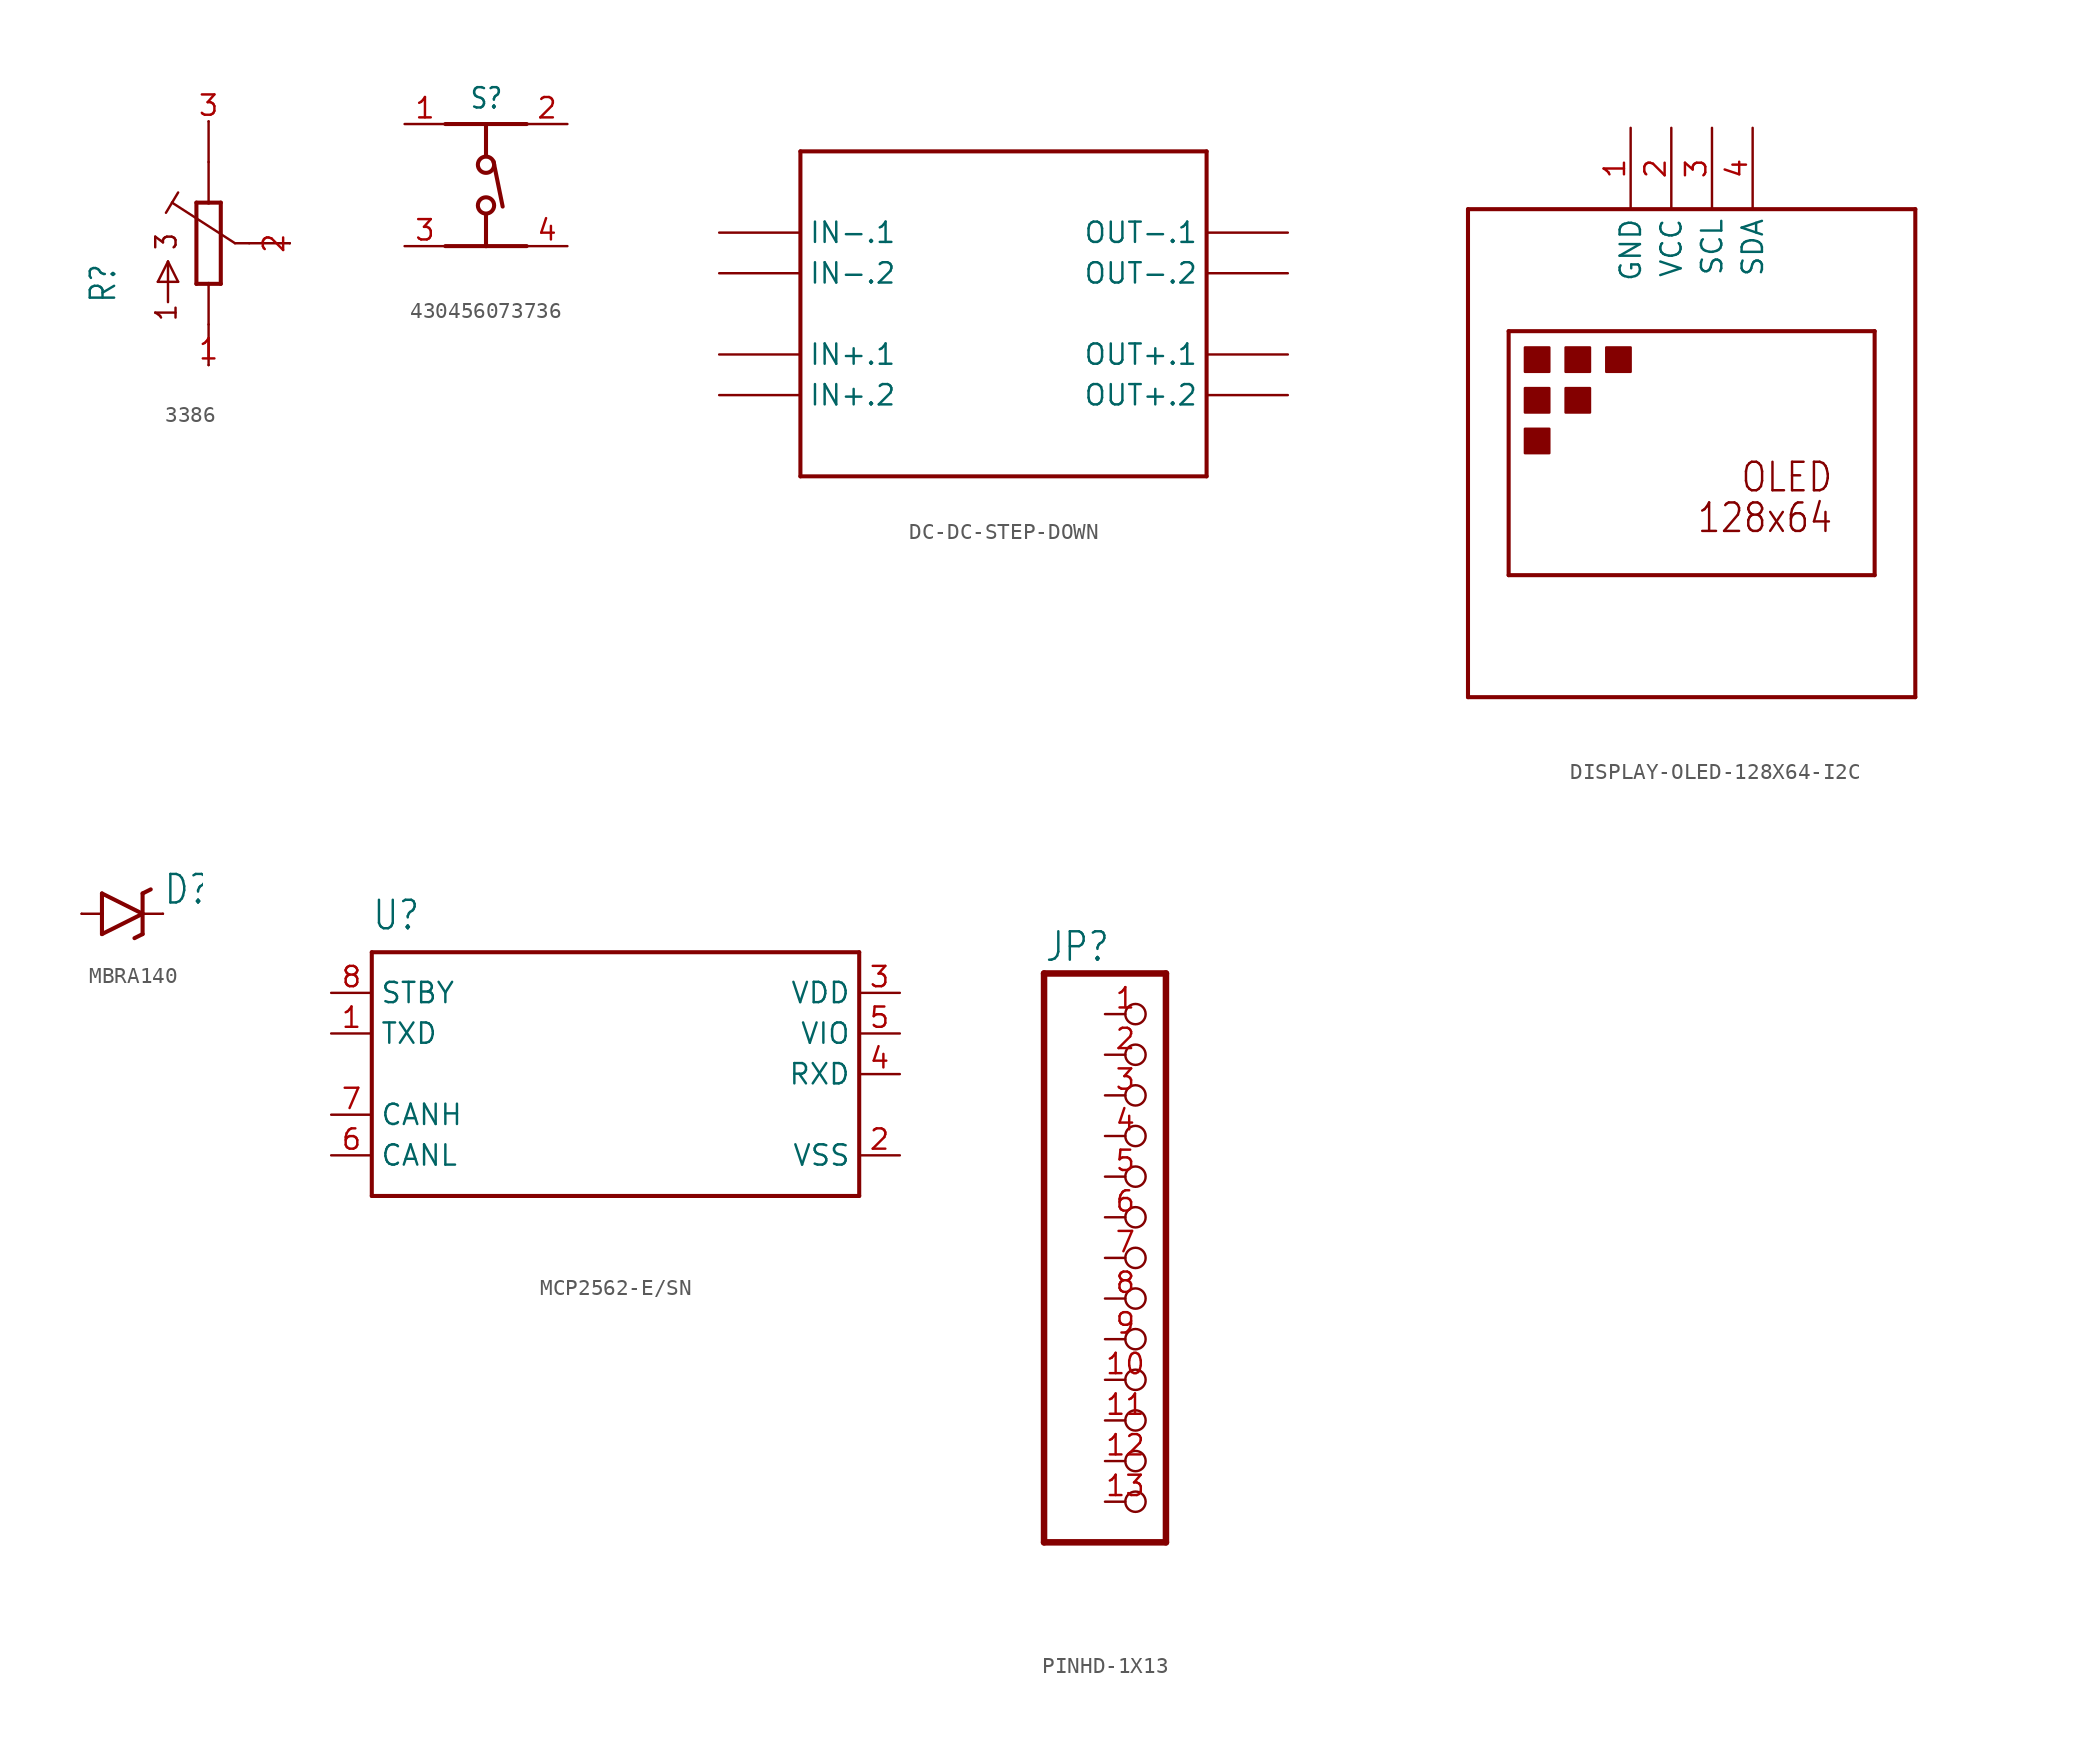
<source format=kicad_sym>
(kicad_symbol_lib
  (version 20231120)
  (generator "kicad_symbol_editor")
  (generator_version "8.0")
  (symbol "3386"
    (property "Reference" "R"
      (at -5.715 -3.81 90)
      (effects (font (size 1.524 1.295)) (justify left bottom)))
    (property "Value" ""
      (at -3.81 -3.81 90)
      (effects (font (size 1.524 1.295)) (justify left bottom)))
    (property "ki_locked" ""
      (at 0 0 0)
      (effects (font (size 1.27 1.27))))
    (symbol "3386_1_0"
      (polyline (pts (xy -3.175 -2.413) (xy -1.905 -2.413)) (stroke (width 0.152) (type solid)) (fill (type none)))
      (polyline (pts (xy -2.667 1.905) (xy -2.286 2.54)) (stroke (width 0.152) (type solid)) (fill (type none)))
      (polyline (pts (xy -2.54 -3.683) (xy -2.54 -1.143)) (stroke (width 0.152) (type solid)) (fill (type none)))
      (polyline (pts (xy -2.54 -1.143) (xy -3.175 -2.413)) (stroke (width 0.152) (type solid)) (fill (type none)))
      (polyline (pts (xy -2.286 2.54) (xy -1.905 3.175)) (stroke (width 0.152) (type solid)) (fill (type none)))
      (polyline (pts (xy -1.905 -2.413) (xy -2.54 -1.143)) (stroke (width 0.152) (type solid)) (fill (type none)))
      (polyline (pts (xy -0.762 -2.54) (xy 0 -2.54)) (stroke (width 0.254) (type solid)) (fill (type none)))
      (polyline (pts (xy -0.762 2.54) (xy -0.762 -2.54)) (stroke (width 0.254) (type solid)) (fill (type none)))
      (polyline (pts (xy 0 -2.54) (xy 0 -7.62)) (stroke (width 0.152) (type solid)) (fill (type none)))
      (polyline (pts (xy 0 -2.54) (xy 0.762 -2.54)) (stroke (width 0.254) (type solid)) (fill (type none)))
      (polyline (pts (xy 0 2.54) (xy -0.762 2.54)) (stroke (width 0.254) (type solid)) (fill (type none)))
      (polyline (pts (xy 0 7.62) (xy 0 2.54)) (stroke (width 0.152) (type solid)) (fill (type none)))
      (polyline (pts (xy 0.762 -2.54) (xy 0.762 2.54)) (stroke (width 0.254) (type solid)) (fill (type none)))
      (polyline (pts (xy 0.762 2.54) (xy 0 2.54)) (stroke (width 0.254) (type solid)) (fill (type none)))
      (polyline (pts (xy 1.651 0) (xy -2.286 2.54)) (stroke (width 0.152) (type solid)) (fill (type none)))
      (polyline (pts (xy 1.651 0) (xy 5.08 0)) (stroke (width 0.152) (type solid)) (fill (type none)))
      (text "1" (at -1.905 -4.953 900) (effects (font (size 1.27 1.079)) (justify left bottom)))
      (text "3" (at -1.905 -0.508 900) (effects (font (size 1.27 1.079)) (justify left bottom)))
      (pin passive line (at 0 -7.62 180) (length 0) (name "1" (effects (font (size 0 0)))) (number "1" (effects (font (size 1.27 1.27)))))
      (pin passive line (at 5.08 0 270) (length 0) (name "2" (effects (font (size 0 0)))) (number "2" (effects (font (size 1.27 1.27)))))
      (pin passive line (at 0 7.62 180) (length 0) (name "3" (effects (font (size 0 0)))) (number "3" (effects (font (size 1.27 1.27)))))
      (pin passive line (at 0 -5.08 180) (length 0) (name "4" (effects (font (size 0 0)))) (number "4" (effects (font (size 0 0)))))
      (pin passive line (at 2.54 0 270) (length 0) (name "5" (effects (font (size 0 0)))) (number "5" (effects (font (size 0 0)))))
      (pin passive line (at 0 5.08 180) (length 0) (name "6" (effects (font (size 0 0)))) (number "6" (effects (font (size 0 0)))))))
  (symbol "430456073736"
    (property "Reference" "S"
      (at 0.03 5.95 0)
      (effects (font (size 1.27 1.079)) (justify bottom)))
    (property "Value" ""
      (at -3.71 -4.38 0)
      (effects (font (size 1.27 1.079)) (justify left bottom)))
    (property "ki_locked" ""
      (at 0 0 0)
      (effects (font (size 1.27 1.27))))
    (symbol "430456073736_1_0"
      (polyline (pts (xy 0 -2.54) (xy -2.54 -2.54)) (stroke (width 0.254) (type solid)) (fill (type none)))
      (polyline (pts (xy 0 -2.54) (xy 0 -0.535)) (stroke (width 0.254) (type solid)) (fill (type none)))
      (polyline (pts (xy 0 3.075) (xy 0 5.08)) (stroke (width 0.254) (type solid)) (fill (type none)))
      (polyline (pts (xy 0 5.08) (xy -2.54 5.08)) (stroke (width 0.254) (type solid)) (fill (type none)))
      (polyline (pts (xy 0.47 2.74) (xy 1.04 -0.07)) (stroke (width 0.254) (type solid)) (fill (type none)))
      (polyline (pts (xy 2.54 -2.54) (xy 0 -2.54)) (stroke (width 0.254) (type solid)) (fill (type none)))
      (polyline (pts (xy 2.54 5.08) (xy 0 5.08)) (stroke (width 0.254) (type solid)) (fill (type none)))
      (circle (center 0 0) (radius 0.508) (stroke (width 0.254) (type solid)) (fill (type none)))
      (circle (center 0 2.54) (radius 0.508) (stroke (width 0.254) (type solid)) (fill (type none)))
      (pin passive line (at -5.08 5.08 0) (length 2.54) (name "1" (effects (font (size 0 0)))) (number "1" (effects (font (size 1.27 1.27)))))
      (pin passive line (at 5.08 5.08 180) (length 2.54) (name "3" (effects (font (size 0 0)))) (number "2" (effects (font (size 1.27 1.27)))))
      (pin passive line (at -5.08 -2.54 0) (length 2.54) (name "2" (effects (font (size 0 0)))) (number "3" (effects (font (size 1.27 1.27)))))
      (pin passive line (at 5.08 -2.54 180) (length 2.54) (name "4" (effects (font (size 0 0)))) (number "4" (effects (font (size 1.27 1.27)))))))
  (symbol "DC-DC-STEP-DOWN"
    (property "Reference" ""
      (at -12.7 15.24 0)
      (effects (font (size 1.778 1.511)) (justify left bottom) (hide yes)))
    (property "Value" ""
      (at -12.7 12.7 0)
      (effects (font (size 1.778 1.511)) (justify left bottom)))
    (property "ki_locked" ""
      (at 0 0 0)
      (effects (font (size 1.27 1.27))))
    (symbol "DC-DC-STEP-DOWN_1_0"
      (polyline (pts (xy -12.7 -10.16) (xy -12.7 10.16)) (stroke (width 0.254) (type solid)) (fill (type none)))
      (polyline (pts (xy -12.7 10.16) (xy 12.7 10.16)) (stroke (width 0.254) (type solid)) (fill (type none)))
      (polyline (pts (xy 12.7 -10.16) (xy -12.7 -10.16)) (stroke (width 0.254) (type solid)) (fill (type none)))
      (polyline (pts (xy 12.7 10.16) (xy 12.7 -10.16)) (stroke (width 0.254) (type solid)) (fill (type none)))
      (pin bidirectional line (at -17.78 -2.54 0) (length 5.08) (name "IN+.1" (effects (font (size 1.27 1.27)))) (number "IN+.1" (effects (font (size 0 0)))))
      (pin bidirectional line (at -17.78 -5.08 0) (length 5.08) (name "IN+.2" (effects (font (size 1.27 1.27)))) (number "IN+.2" (effects (font (size 0 0)))))
      (pin bidirectional line (at -17.78 5.08 0) (length 5.08) (name "IN-.1" (effects (font (size 1.27 1.27)))) (number "IN-.1" (effects (font (size 0 0)))))
      (pin bidirectional line (at -17.78 2.54 0) (length 5.08) (name "IN-.2" (effects (font (size 1.27 1.27)))) (number "IN-.2" (effects (font (size 0 0)))))
      (pin bidirectional line (at 17.78 -2.54 180) (length 5.08) (name "OUT+.1" (effects (font (size 1.27 1.27)))) (number "OUT+.1" (effects (font (size 0 0)))))
      (pin bidirectional line (at 17.78 -5.08 180) (length 5.08) (name "OUT+.2" (effects (font (size 1.27 1.27)))) (number "OUT+.2" (effects (font (size 0 0)))))
      (pin bidirectional line (at 17.78 5.08 180) (length 5.08) (name "OUT-.1" (effects (font (size 1.27 1.27)))) (number "OUT-.1" (effects (font (size 0 0)))))
      (pin bidirectional line (at 17.78 2.54 180) (length 5.08) (name "OUT-.2" (effects (font (size 1.27 1.27)))) (number "OUT-.2" (effects (font (size 0 0)))))))
  (symbol "DISPLAY-OLED-128X64-I2C"
    (property "Reference" ""
      (at 15.24 12.7 0)
      (effects (font (size 1.778 1.511)) (justify left bottom) (hide yes)))
    (property "Value" ""
      (at 15.24 10.16 0)
      (effects (font (size 1.778 1.511)) (justify left bottom)))
    (property "ki_locked" ""
      (at 0 0 0)
      (effects (font (size 1.27 1.27))))
    (symbol "DISPLAY-OLED-128X64-I2C_1_0"
      (rectangle (start -11.684 0) (end -10.16 1.524) (stroke (width 0) (type default)) (fill (type outline)))
      (rectangle (start -11.684 2.54) (end -10.16 4.064) (stroke (width 0) (type default)) (fill (type outline)))
      (rectangle (start -11.684 5.08) (end -10.16 6.604) (stroke (width 0) (type default)) (fill (type outline)))
      (rectangle (start -9.144 2.54) (end -7.62 4.064) (stroke (width 0) (type default)) (fill (type outline)))
      (rectangle (start -9.144 5.08) (end -7.62 6.604) (stroke (width 0) (type default)) (fill (type outline)))
      (rectangle (start -6.604 5.08) (end -5.08 6.604) (stroke (width 0) (type default)) (fill (type outline)))
      (polyline (pts (xy -15.24 -15.24) (xy -15.24 15.24)) (stroke (width 0.254) (type solid)) (fill (type none)))
      (polyline (pts (xy -15.24 15.24) (xy 12.7 15.24)) (stroke (width 0.254) (type solid)) (fill (type none)))
      (polyline (pts (xy -12.7 -7.62) (xy -12.7 7.62)) (stroke (width 0.254) (type solid)) (fill (type none)))
      (polyline (pts (xy -12.7 7.62) (xy 10.16 7.62)) (stroke (width 0.254) (type solid)) (fill (type none)))
      (polyline (pts (xy 10.16 -7.62) (xy -12.7 -7.62)) (stroke (width 0.254) (type solid)) (fill (type none)))
      (polyline (pts (xy 10.16 7.62) (xy 10.16 -7.62)) (stroke (width 0.254) (type solid)) (fill (type none)))
      (polyline (pts (xy 12.7 -15.24) (xy -15.24 -15.24)) (stroke (width 0.254) (type solid)) (fill (type none)))
      (polyline (pts (xy 12.7 15.24) (xy 12.7 -15.24)) (stroke (width 0.254) (type solid)) (fill (type none)))
      (text "128x64" (at 7.62 -5.08 0) (effects (font (size 1.778 1.511)) (justify right bottom)))
      (text "OLED" (at 7.62 -2.54 0) (effects (font (size 1.778 1.511)) (justify right bottom)))
      (pin power_in line (at -5.08 20.32 270) (length 5.08) (name "GND" (effects (font (size 1.27 1.27)))) (number "1" (effects (font (size 1.27 1.27)))))
      (pin power_in line (at -2.54 20.32 270) (length 5.08) (name "VCC" (effects (font (size 1.27 1.27)))) (number "2" (effects (font (size 1.27 1.27)))))
      (pin bidirectional line (at 0 20.32 270) (length 5.08) (name "SCL" (effects (font (size 1.27 1.27)))) (number "3" (effects (font (size 1.27 1.27)))))
      (pin bidirectional line (at 2.54 20.32 270) (length 5.08) (name "SDA" (effects (font (size 1.27 1.27)))) (number "4" (effects (font (size 1.27 1.27)))))))
  (symbol "MBRA140"
    (property "Reference" "D"
      (at 2.545 0.483 0)
      (effects (font (size 1.781 1.514)) (justify left bottom)))
    (property "Value" ""
      (at 2.543 -2.314 0)
      (effects (font (size 1.78 1.513)) (justify left bottom)))
    (property "ki_locked" ""
      (at 0 0 0)
      (effects (font (size 1.27 1.27))))
    (symbol "MBRA140_1_0"
      (polyline (pts (xy -2.54 0) (xy -1.27 0)) (stroke (width 0.152) (type solid)) (fill (type none)))
      (polyline (pts (xy -1.27 -1.27) (xy 1.27 0)) (stroke (width 0.254) (type solid)) (fill (type none)))
      (polyline (pts (xy -1.27 0) (xy -1.27 -1.27)) (stroke (width 0.254) (type solid)) (fill (type none)))
      (polyline (pts (xy -1.27 1.27) (xy -1.27 0)) (stroke (width 0.254) (type solid)) (fill (type none)))
      (polyline (pts (xy 1.27 -1.27) (xy 0.762 -1.524)) (stroke (width 0.254) (type solid)) (fill (type none)))
      (polyline (pts (xy 1.27 0) (xy -1.27 1.27)) (stroke (width 0.254) (type solid)) (fill (type none)))
      (polyline (pts (xy 1.27 0) (xy 1.27 -1.27)) (stroke (width 0.254) (type solid)) (fill (type none)))
      (polyline (pts (xy 1.27 1.27) (xy 1.27 0)) (stroke (width 0.254) (type solid)) (fill (type none)))
      (polyline (pts (xy 1.27 1.27) (xy 1.778 1.524)) (stroke (width 0.254) (type solid)) (fill (type none)))
      (polyline (pts (xy 2.54 0) (xy 1.27 0)) (stroke (width 0.152) (type solid)) (fill (type none)))
      (pin passive line (at -2.54 0 0) (length 0) (name "A" (effects (font (size 0 0)))) (number "A" (effects (font (size 0 0)))))
      (pin passive line (at 2.54 0 180) (length 0) (name "C" (effects (font (size 0 0)))) (number "C" (effects (font (size 0 0)))))))
  (symbol "MCP2562-E/SN"
    (property "Reference" "U"
      (at -15.252 8.897 0)
      (effects (font (size 1.779 1.512)) (justify left bottom)))
    (property "Value" ""
      (at -15.264 -10.176 0)
      (effects (font (size 1.781 1.514)) (justify left bottom)))
    (property "ki_locked" ""
      (at 0 0 0)
      (effects (font (size 1.27 1.27))))
    (symbol "MCP2562-E/SN_1_0"
      (polyline (pts (xy -15.24 -7.62) (xy 15.24 -7.62)) (stroke (width 0.254) (type solid)) (fill (type none)))
      (polyline (pts (xy -15.24 7.62) (xy -15.24 -7.62)) (stroke (width 0.254) (type solid)) (fill (type none)))
      (polyline (pts (xy 15.24 -7.62) (xy 15.24 7.62)) (stroke (width 0.254) (type solid)) (fill (type none)))
      (polyline (pts (xy 15.24 7.62) (xy -15.24 7.62)) (stroke (width 0.254) (type solid)) (fill (type none)))
      (pin input line (at -17.78 2.54 0) (length 2.54) (name "TXD" (effects (font (size 1.27 1.27)))) (number "1" (effects (font (size 1.27 1.27)))))
      (pin power_in line (at 17.78 -5.08 180) (length 2.54) (name "VSS" (effects (font (size 1.27 1.27)))) (number "2" (effects (font (size 1.27 1.27)))))
      (pin power_in line (at 17.78 5.08 180) (length 2.54) (name "VDD" (effects (font (size 1.27 1.27)))) (number "3" (effects (font (size 1.27 1.27)))))
      (pin output line (at 17.78 0 180) (length 2.54) (name "RXD" (effects (font (size 1.27 1.27)))) (number "4" (effects (font (size 1.27 1.27)))))
      (pin power_in line (at 17.78 2.54 180) (length 2.54) (name "VIO" (effects (font (size 1.27 1.27)))) (number "5" (effects (font (size 1.27 1.27)))))
      (pin input line (at -17.78 -5.08 0) (length 2.54) (name "CANL" (effects (font (size 1.27 1.27)))) (number "6" (effects (font (size 1.27 1.27)))))
      (pin input line (at -17.78 -2.54 0) (length 2.54) (name "CANH" (effects (font (size 1.27 1.27)))) (number "7" (effects (font (size 1.27 1.27)))))
      (pin input line (at -17.78 5.08 0) (length 2.54) (name "STBY" (effects (font (size 1.27 1.27)))) (number "8" (effects (font (size 1.27 1.27)))))))
  (symbol "PINHD-1X13"
    (property "Reference" "JP"
      (at -6.35 18.415 0)
      (effects (font (size 1.778 1.511)) (justify left bottom)))
    (property "Value" ""
      (at -6.35 -20.32 0)
      (effects (font (size 1.778 1.511)) (justify left bottom)))
    (property "ki_locked" ""
      (at 0 0 0)
      (effects (font (size 1.27 1.27))))
    (symbol "PINHD-1X13_1_0"
      (polyline (pts (xy -6.35 -17.78) (xy 1.27 -17.78)) (stroke (width 0.406) (type solid)) (fill (type none)))
      (polyline (pts (xy -6.35 17.78) (xy -6.35 -17.78)) (stroke (width 0.406) (type solid)) (fill (type none)))
      (polyline (pts (xy 1.27 -17.78) (xy 1.27 17.78)) (stroke (width 0.406) (type solid)) (fill (type none)))
      (polyline (pts (xy 1.27 17.78) (xy -6.35 17.78)) (stroke (width 0.406) (type solid)) (fill (type none)))
      (pin passive inverted (at -2.54 15.24 0) (length 2.54) (name "1" (effects (font (size 0 0)))) (number "1" (effects (font (size 1.27 1.27)))))
      (pin passive inverted (at -2.54 -7.62 0) (length 2.54) (name "10" (effects (font (size 0 0)))) (number "10" (effects (font (size 1.27 1.27)))))
      (pin passive inverted (at -2.54 -10.16 0) (length 2.54) (name "11" (effects (font (size 0 0)))) (number "11" (effects (font (size 1.27 1.27)))))
      (pin passive inverted (at -2.54 -12.7 0) (length 2.54) (name "12" (effects (font (size 0 0)))) (number "12" (effects (font (size 1.27 1.27)))))
      (pin passive inverted (at -2.54 -15.24 0) (length 2.54) (name "13" (effects (font (size 0 0)))) (number "13" (effects (font (size 1.27 1.27)))))
      (pin passive inverted (at -2.54 12.7 0) (length 2.54) (name "2" (effects (font (size 0 0)))) (number "2" (effects (font (size 1.27 1.27)))))
      (pin passive inverted (at -2.54 10.16 0) (length 2.54) (name "3" (effects (font (size 0 0)))) (number "3" (effects (font (size 1.27 1.27)))))
      (pin passive inverted (at -2.54 7.62 0) (length 2.54) (name "4" (effects (font (size 0 0)))) (number "4" (effects (font (size 1.27 1.27)))))
      (pin passive inverted (at -2.54 5.08 0) (length 2.54) (name "5" (effects (font (size 0 0)))) (number "5" (effects (font (size 1.27 1.27)))))
      (pin passive inverted (at -2.54 2.54 0) (length 2.54) (name "6" (effects (font (size 0 0)))) (number "6" (effects (font (size 1.27 1.27)))))
      (pin passive inverted (at -2.54 0 0) (length 2.54) (name "7" (effects (font (size 0 0)))) (number "7" (effects (font (size 1.27 1.27)))))
      (pin passive inverted (at -2.54 -2.54 0) (length 2.54) (name "8" (effects (font (size 0 0)))) (number "8" (effects (font (size 1.27 1.27)))))
      (pin passive inverted (at -2.54 -5.08 0) (length 2.54) (name "9" (effects (font (size 0 0)))) (number "9" (effects (font (size 1.27 1.27))))))))
</source>
